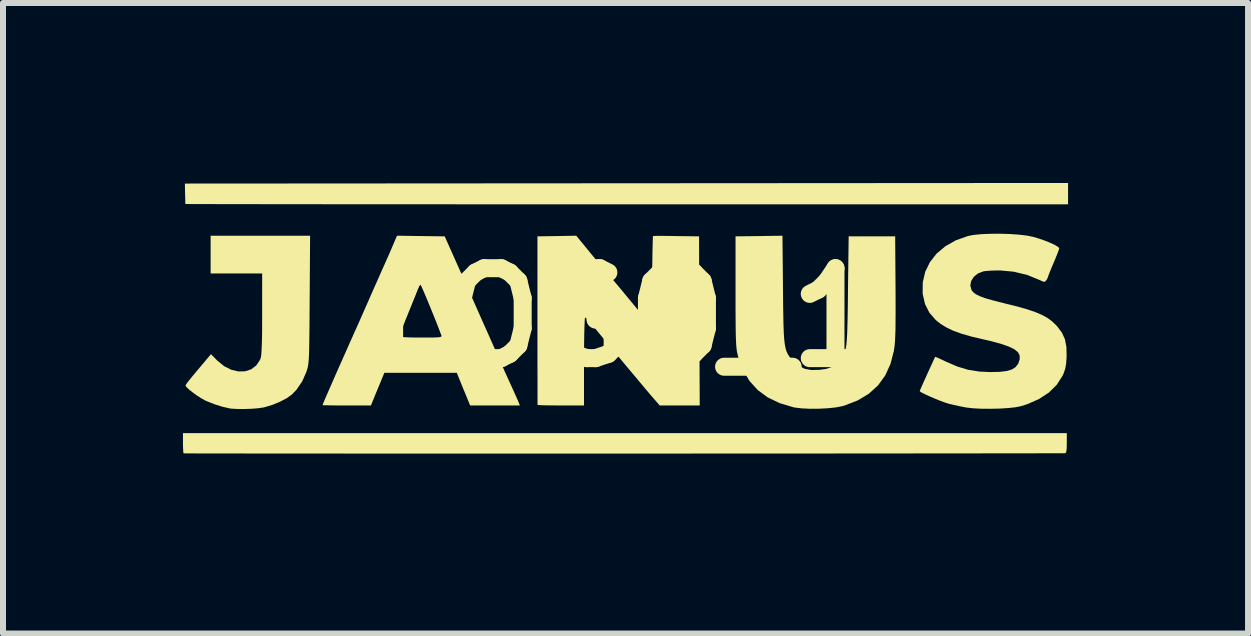
<source format=kicad_pcb>
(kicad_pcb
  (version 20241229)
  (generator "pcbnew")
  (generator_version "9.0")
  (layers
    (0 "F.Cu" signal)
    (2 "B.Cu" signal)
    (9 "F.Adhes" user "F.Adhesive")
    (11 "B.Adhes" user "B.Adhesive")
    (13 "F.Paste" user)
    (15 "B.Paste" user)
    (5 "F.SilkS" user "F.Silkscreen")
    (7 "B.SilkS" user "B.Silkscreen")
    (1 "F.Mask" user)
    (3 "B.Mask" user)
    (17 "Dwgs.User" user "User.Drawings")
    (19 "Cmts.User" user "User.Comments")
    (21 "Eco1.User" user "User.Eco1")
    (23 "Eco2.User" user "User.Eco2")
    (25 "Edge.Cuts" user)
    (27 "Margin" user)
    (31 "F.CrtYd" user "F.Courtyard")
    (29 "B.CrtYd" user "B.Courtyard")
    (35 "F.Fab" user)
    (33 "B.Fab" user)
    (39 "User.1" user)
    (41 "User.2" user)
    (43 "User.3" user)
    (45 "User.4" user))
  (footprint "LOGO_1"
    (layer "F.Cu")
    (at 7.377 2.242)
    (property "Reference" "LOGO_1" (at 0 0 0) (layer "F.SilkS") (effects (font (size 1.5 1.5) (thickness 0.3))))
    (attr board_only exclude_from_pos_files exclude_from_bom)
    (fp_poly (pts (xy 7.377 -2.064) (xy 7.377 -1.886) (xy 0.021 -1.886) (xy -0.532 -1.886) (xy -1.074 -1.886) (xy -1.603 -1.886) (xy -2.119 -1.886) (xy -2.619 -1.886) (xy -3.103 -1.887) (xy -3.569 -1.887) (xy -4.014 -1.887) (xy -4.438 -1.887) (xy -4.84 -1.887) (xy -5.217 -1.888) (xy -5.569 -1.888) (xy -5.893 -1.888) (xy -6.188 -1.889) (xy -6.453 -1.889) (xy -6.687 -1.889) (xy -6.887 -1.89) (xy -7.052 -1.89) (xy -7.181 -1.89) (xy -7.272 -1.891) (xy -7.324 -1.891) (xy -7.337 -1.891) (xy -7.338 -1.913) (xy -7.339 -1.967) (xy -7.341 -2.041) (xy -7.342 -2.064) (xy -7.345 -2.232) (xy 0.016 -2.237) (xy 7.377 -2.242)) (stroke (width 0) (type solid)) (fill yes) (layer "F.SilkS"))
    (fp_poly (pts (xy 7.356 2.096) (xy 7.354 2.187) (xy 7.346 2.241) (xy 7.334 2.263) (xy 7.33 2.263) (xy 7.134 2.264) (xy 6.906 2.264) (xy 6.649 2.265) (xy 6.363 2.265) (xy 6.052 2.265) (xy 5.716 2.266) (xy 5.358 2.266) (xy 4.979 2.266) (xy 4.581 2.267) (xy 4.166 2.267) (xy 3.736 2.267) (xy 3.292 2.268) (xy 2.837 2.268) (xy 2.371 2.268) (xy 1.898 2.268) (xy 1.418 2.268) (xy 0.934 2.269) (xy 0.447 2.269) (xy -0.041 2.269) (xy -0.528 2.269) (xy -1.013 2.269) (xy -1.492 2.269) (xy -1.966 2.269) (xy -2.431 2.269) (xy -2.887 2.269) (xy -3.33 2.269) (xy -3.761 2.269) (xy -4.176 2.269) (xy -4.573 2.269) (xy -4.952 2.268) (xy -5.31 2.268) (xy -5.646 2.268) (xy -5.957 2.268) (xy -6.243 2.268) (xy -6.5 2.267) (xy -6.727 2.267) (xy -6.923 2.267) (xy -7.086 2.267) (xy -7.213 2.266) (xy -7.304 2.266) (xy -7.356 2.265) (xy -7.368 2.265) (xy -7.372 2.241) (xy -7.375 2.187) (xy -7.377 2.112) (xy -7.377 2.092) (xy -7.377 1.928) (xy -0.01 1.928) (xy 7.356 1.928)) (stroke (width 0) (type solid)) (fill yes) (layer "F.SilkS"))
    (fp_poly (pts (xy -5.265 -0.299) (xy -5.267 -0.06) (xy -5.268 0.141) (xy -5.27 0.308) (xy -5.272 0.444) (xy -5.274 0.554) (xy -5.277 0.641) (xy -5.281 0.71) (xy -5.286 0.763) (xy -5.292 0.806) (xy -5.3 0.841) (xy -5.309 0.873) (xy -5.318 0.903) (xy -5.389 1.064) (xy -5.485 1.205) (xy -5.561 1.284) (xy -5.646 1.345) (xy -5.759 1.404) (xy -5.884 1.456) (xy -6.009 1.494) (xy -6.033 1.5) (xy -6.123 1.513) (xy -6.238 1.522) (xy -6.362 1.526) (xy -6.48 1.525) (xy -6.577 1.519) (xy -6.601 1.515) (xy -6.72 1.488) (xy -6.853 1.446) (xy -6.98 1.396) (xy -7.006 1.384) (xy -7.07 1.348) (xy -7.143 1.302) (xy -7.214 1.25) (xy -7.276 1.201) (xy -7.319 1.16) (xy -7.335 1.135) (xy -7.325 1.116) (xy -7.296 1.075) (xy -7.244 1.01) (xy -7.169 0.919) (xy -7.068 0.799) (xy -7.037 0.762) (xy -6.91 0.612) (xy -6.8 0.723) (xy -6.689 0.813) (xy -6.571 0.872) (xy -6.453 0.9) (xy -6.341 0.897) (xy -6.24 0.864) (xy -6.156 0.801) (xy -6.094 0.708) (xy -6.08 0.673) (xy -6.072 0.625) (xy -6.066 0.536) (xy -6.061 0.406) (xy -6.058 0.234) (xy -6.057 0.021) (xy -6.057 -0.066) (xy -6.057 -0.733) (xy -6.486 -0.733) (xy -6.916 -0.733) (xy -6.916 -1.048) (xy -6.916 -1.362) (xy -6.087 -1.362) (xy -5.258 -1.362)) (stroke (width 0) (type solid)) (fill yes) (layer "F.SilkS"))
    (fp_poly (pts (xy -0.594 -1.086) (xy -0.511 -0.985) (xy -0.429 -0.886) (xy -0.355 -0.799) (xy -0.297 -0.73) (xy -0.272 -0.702) (xy -0.231 -0.654) (xy -0.169 -0.58) (xy -0.09 -0.486) (xy -0.002 -0.38) (xy 0.091 -0.267) (xy 0.126 -0.225) (xy 0.43 0.145) (xy 0.441 -0.604) (xy 0.444 -0.776) (xy 0.447 -0.935) (xy 0.449 -1.076) (xy 0.452 -1.193) (xy 0.454 -1.282) (xy 0.456 -1.338) (xy 0.457 -1.357) (xy 0.478 -1.359) (xy 0.535 -1.36) (xy 0.62 -1.36) (xy 0.727 -1.359) (xy 0.844 -1.357) (xy 1.226 -1.352) (xy 1.231 0.058) (xy 1.237 1.467) (xy 0.903 1.467) (xy 0.57 1.467) (xy 0.465 1.346) (xy 0.422 1.297) (xy 0.357 1.22) (xy 0.274 1.121) (xy 0.177 1.005) (xy 0.071 0.879) (xy -0.04 0.746) (xy -0.151 0.612) (xy -0.259 0.483) (xy -0.358 0.363) (xy -0.445 0.258) (xy -0.515 0.173) (xy -0.564 0.114) (xy -0.574 0.101) (xy -0.619 0.048) (xy -0.656 0.012) (xy -0.673 0) (xy -0.678 0.02) (xy -0.682 0.078) (xy -0.685 0.167) (xy -0.688 0.285) (xy -0.69 0.425) (xy -0.691 0.584) (xy -0.692 0.733) (xy -0.692 1.467) (xy -1.079 1.467) (xy -1.202 1.466) (xy -1.308 1.465) (xy -1.392 1.463) (xy -1.447 1.46) (xy -1.467 1.457) (xy -1.467 1.434) (xy -1.467 1.374) (xy -1.467 1.278) (xy -1.467 1.151) (xy -1.467 0.996) (xy -1.468 0.816) (xy -1.468 0.615) (xy -1.468 0.397) (xy -1.468 0.164) (xy -1.468 0.047) (xy -1.468 -1.352) (xy -1.145 -1.357) (xy -0.821 -1.363)) (stroke (width 0) (type solid)) (fill yes) (layer "F.SilkS"))
    (fp_poly (pts (xy 2.625 -0.477) (xy 2.627 -0.242) (xy 2.63 -0.045) (xy 2.633 0.118) (xy 2.638 0.252) (xy 2.645 0.36) (xy 2.655 0.446) (xy 2.668 0.514) (xy 2.685 0.569) (xy 2.707 0.614) (xy 2.733 0.654) (xy 2.766 0.692) (xy 2.804 0.733) (xy 2.804 0.733) (xy 2.893 0.809) (xy 2.987 0.856) (xy 3.097 0.876) (xy 3.231 0.873) (xy 3.348 0.857) (xy 3.438 0.825) (xy 3.513 0.77) (xy 3.567 0.714) (xy 3.597 0.678) (xy 3.622 0.645) (xy 3.642 0.61) (xy 3.658 0.569) (xy 3.671 0.518) (xy 3.682 0.453) (xy 3.689 0.37) (xy 3.695 0.264) (xy 3.699 0.133) (xy 3.703 -0.029) (xy 3.706 -0.224) (xy 3.708 -0.44) (xy 3.72 -1.352) (xy 4.108 -1.352) (xy 4.495 -1.352) (xy 4.501 -0.493) (xy 4.502 -0.266) (xy 4.502 -0.077) (xy 4.501 0.079) (xy 4.5 0.207) (xy 4.496 0.311) (xy 4.492 0.396) (xy 4.486 0.467) (xy 4.478 0.527) (xy 4.474 0.555) (xy 4.417 0.774) (xy 4.329 0.967) (xy 4.209 1.132) (xy 4.056 1.271) (xy 3.872 1.382) (xy 3.656 1.466) (xy 3.615 1.478) (xy 3.509 1.499) (xy 3.374 1.513) (xy 3.225 1.521) (xy 3.074 1.522) (xy 2.934 1.515) (xy 2.819 1.501) (xy 2.799 1.497) (xy 2.569 1.428) (xy 2.371 1.333) (xy 2.204 1.21) (xy 2.067 1.059) (xy 1.96 0.878) (xy 1.881 0.668) (xy 1.873 0.639) (xy 1.864 0.6) (xy 1.856 0.559) (xy 1.85 0.511) (xy 1.845 0.451) (xy 1.841 0.377) (xy 1.838 0.282) (xy 1.836 0.164) (xy 1.835 0.018) (xy 1.834 -0.161) (xy 1.834 -0.377) (xy 1.834 -0.43) (xy 1.834 -1.352) (xy 2.225 -1.357) (xy 2.616 -1.363)) (stroke (width 0) (type solid)) (fill yes) (layer "F.SilkS"))
    (fp_poly (pts (xy -3.411 -1.357) (xy -3.014 -1.352) (xy -2.575 -0.367) (xy -2.488 -0.172) (xy -2.405 0.016) (xy -2.327 0.191) (xy -2.256 0.35) (xy -2.195 0.488) (xy -2.145 0.602) (xy -2.107 0.686) (xy -2.085 0.738) (xy -2.082 0.744) (xy -2.052 0.813) (xy -2.01 0.908) (xy -1.961 1.015) (xy -1.913 1.121) (xy -1.868 1.219) (xy -1.829 1.307) (xy -1.798 1.376) (xy -1.781 1.417) (xy -1.78 1.42) (xy -1.761 1.467) (xy -2.176 1.467) (xy -2.59 1.467) (xy -2.702 1.195) (xy -2.813 0.922) (xy -3.416 0.922) (xy -4.02 0.922) (xy -4.091 1.095) (xy -4.13 1.188) (xy -4.168 1.28) (xy -4.198 1.354) (xy -4.203 1.367) (xy -4.244 1.467) (xy -4.647 1.467) (xy -4.772 1.467) (xy -4.881 1.466) (xy -4.968 1.464) (xy -5.027 1.463) (xy -5.05 1.461) (xy -5.051 1.461) (xy -5.042 1.438) (xy -5.019 1.382) (xy -4.982 1.296) (xy -4.933 1.184) (xy -4.875 1.051) (xy -4.809 0.901) (xy -4.737 0.739) (xy -4.661 0.568) (xy -4.6 0.43) (xy -4.549 0.317) (xy -3.772 0.317) (xy -3.752 0.323) (xy -3.697 0.328) (xy -3.614 0.332) (xy -3.509 0.335) (xy -3.414 0.335) (xy -3.283 0.335) (xy -3.19 0.334) (xy -3.126 0.331) (xy -3.089 0.326) (xy -3.07 0.319) (xy -3.067 0.308) (xy -3.069 0.299) (xy -3.109 0.195) (xy -3.154 0.079) (xy -3.203 -0.043) (xy -3.252 -0.164) (xy -3.299 -0.278) (xy -3.342 -0.38) (xy -3.377 -0.462) (xy -3.403 -0.519) (xy -3.417 -0.544) (xy -3.418 -0.545) (xy -3.435 -0.528) (xy -3.454 -0.487) (xy -3.469 -0.45) (xy -3.496 -0.381) (xy -3.534 -0.288) (xy -3.578 -0.178) (xy -3.624 -0.065) (xy -3.671 0.05) (xy -3.711 0.153) (xy -3.743 0.236) (xy -3.765 0.293) (xy -3.772 0.317) (xy -3.772 0.317) (xy -4.549 0.317) (xy -4.532 0.277) (xy -4.462 0.122) (xy -4.396 -0.027) (xy -4.337 -0.162) (xy -4.288 -0.272) (xy -4.265 -0.325) (xy -4.212 -0.446) (xy -4.153 -0.578) (xy -4.098 -0.703) (xy -4.061 -0.786) (xy -4.011 -0.898) (xy -3.956 -1.021) (xy -3.906 -1.136) (xy -3.888 -1.179) (xy -3.809 -1.363)) (stroke (width 0) (type solid)) (fill yes) (layer "F.SilkS"))
    (fp_poly (pts (xy 6.41 -1.391) (xy 6.563 -1.38) (xy 6.697 -1.364) (xy 6.79 -1.345) (xy 6.891 -1.315) (xy 6.992 -1.28) (xy 7.084 -1.243) (xy 7.16 -1.207) (xy 7.211 -1.176) (xy 7.23 -1.154) (xy 7.23 -1.154) (xy 7.222 -1.126) (xy 7.201 -1.069) (xy 7.17 -0.991) (xy 7.136 -0.911) (xy 7.098 -0.822) (xy 7.068 -0.747) (xy 7.048 -0.695) (xy 7.042 -0.674) (xy 7.03 -0.646) (xy 7.014 -0.62) (xy 6.994 -0.598) (xy 6.972 -0.594) (xy 6.933 -0.61) (xy 6.904 -0.624) (xy 6.696 -0.709) (xy 6.471 -0.763) (xy 6.256 -0.783) (xy 6.156 -0.783) (xy 6.064 -0.779) (xy 5.992 -0.773) (xy 5.968 -0.769) (xy 5.877 -0.735) (xy 5.807 -0.679) (xy 5.762 -0.609) (xy 5.747 -0.533) (xy 5.767 -0.459) (xy 5.773 -0.449) (xy 5.803 -0.414) (xy 5.847 -0.383) (xy 5.912 -0.352) (xy 6 -0.32) (xy 6.119 -0.286) (xy 6.273 -0.247) (xy 6.331 -0.232) (xy 6.533 -0.182) (xy 6.698 -0.135) (xy 6.833 -0.089) (xy 6.943 -0.042) (xy 7.034 0.008) (xy 7.111 0.065) (xy 7.18 0.131) (xy 7.198 0.151) (xy 7.274 0.252) (xy 7.324 0.361) (xy 7.349 0.487) (xy 7.353 0.64) (xy 7.352 0.67) (xy 7.344 0.778) (xy 7.328 0.86) (xy 7.302 0.935) (xy 7.285 0.972) (xy 7.189 1.121) (xy 7.058 1.251) (xy 6.893 1.359) (xy 6.699 1.445) (xy 6.591 1.479) (xy 6.499 1.497) (xy 6.377 1.51) (xy 6.234 1.519) (xy 6.082 1.522) (xy 5.932 1.521) (xy 5.795 1.514) (xy 5.681 1.501) (xy 5.669 1.499) (xy 5.568 1.479) (xy 5.463 1.456) (xy 5.377 1.435) (xy 5.376 1.434) (xy 5.313 1.414) (xy 5.233 1.384) (xy 5.147 1.349) (xy 5.062 1.312) (xy 4.988 1.278) (xy 4.933 1.25) (xy 4.905 1.231) (xy 4.904 1.229) (xy 4.912 1.207) (xy 4.934 1.156) (xy 4.966 1.083) (xy 5.005 0.997) (xy 5.046 0.906) (xy 5.086 0.819) (xy 5.121 0.743) (xy 5.147 0.686) (xy 5.161 0.658) (xy 5.162 0.657) (xy 5.182 0.663) (xy 5.231 0.684) (xy 5.3 0.716) (xy 5.335 0.733) (xy 5.528 0.817) (xy 5.711 0.872) (xy 5.899 0.902) (xy 6.078 0.91) (xy 6.233 0.907) (xy 6.352 0.893) (xy 6.44 0.867) (xy 6.503 0.827) (xy 6.544 0.773) (xy 6.548 0.765) (xy 6.571 0.695) (xy 6.57 0.634) (xy 6.542 0.58) (xy 6.483 0.531) (xy 6.392 0.486) (xy 6.266 0.442) (xy 6.103 0.397) (xy 5.973 0.367) (xy 5.769 0.319) (xy 5.602 0.271) (xy 5.463 0.221) (xy 5.348 0.166) (xy 5.249 0.105) (xy 5.172 0.043) (xy 5.066 -0.078) (xy 4.993 -0.222) (xy 4.955 -0.386) (xy 4.953 -0.4) (xy 4.955 -0.587) (xy 4.996 -0.762) (xy 5.074 -0.922) (xy 5.185 -1.064) (xy 5.33 -1.186) (xy 5.504 -1.285) (xy 5.705 -1.357) (xy 5.803 -1.376) (xy 5.934 -1.389) (xy 6.085 -1.395) (xy 6.247 -1.396)) (stroke (width 0) (type solid)) (fill yes) (layer "F.SilkS")))
  (gr_rect
    (start -3 -3)
    (end 17.754 7.511)
    (stroke (width 0.1) (type default))
    (fill no)
    (layer "Edge.Cuts")))
</source>
